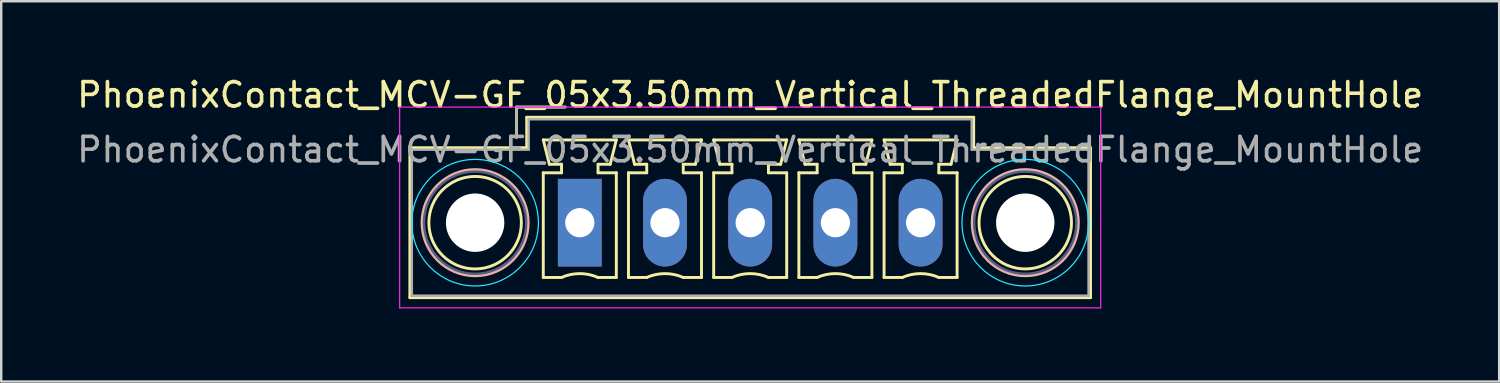
<source format=kicad_pcb>
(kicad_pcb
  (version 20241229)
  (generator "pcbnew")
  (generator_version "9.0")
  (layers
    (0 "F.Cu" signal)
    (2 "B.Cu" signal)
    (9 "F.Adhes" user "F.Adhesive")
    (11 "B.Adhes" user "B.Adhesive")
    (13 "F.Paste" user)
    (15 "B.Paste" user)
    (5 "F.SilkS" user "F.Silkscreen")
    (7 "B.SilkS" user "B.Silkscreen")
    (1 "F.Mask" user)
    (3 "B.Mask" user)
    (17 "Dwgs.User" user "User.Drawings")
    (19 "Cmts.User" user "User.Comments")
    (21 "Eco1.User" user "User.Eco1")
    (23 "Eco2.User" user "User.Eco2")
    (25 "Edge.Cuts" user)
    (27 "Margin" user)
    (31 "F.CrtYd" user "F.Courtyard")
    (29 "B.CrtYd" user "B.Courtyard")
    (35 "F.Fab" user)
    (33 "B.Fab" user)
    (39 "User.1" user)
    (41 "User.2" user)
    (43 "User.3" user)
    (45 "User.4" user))
  (footprint "PhoenixContact_MCV-GF_05x3.50mm_Vertical_ThreadedFlange_MountHole"
    (layer "F.Cu")
    (at 20.768 6.098)
    (property "Reference" "PhoenixContact_MCV-GF_05x3.50mm_Vertical_ThreadedFlange_MountHole" (at 7 -5.25 0) (layer "F.SilkS") (effects (font (size 1 1) (thickness 0.15))))
    (attr through_hole)
    (fp_line (start -6.98 -3.08) (end -6.98 3.08) (stroke (width 0.12) (type solid)) (layer "F.SilkS"))
    (fp_line (start -6.98 3.08) (end 20.98 3.08) (stroke (width 0.12) (type solid)) (layer "F.SilkS"))
    (fp_line (start -2.6 -4.75) (end -0.6 -4.75) (stroke (width 0.12) (type solid)) (layer "F.SilkS"))
    (fp_line (start -2.6 -3.5) (end -2.6 -4.75) (stroke (width 0.12) (type solid)) (layer "F.SilkS"))
    (fp_line (start -2.18 -4.33) (end -2.18 -3.08) (stroke (width 0.12) (type solid)) (layer "F.SilkS"))
    (fp_line (start -2.18 -3.08) (end -6.98 -3.08) (stroke (width 0.12) (type solid)) (layer "F.SilkS"))
    (fp_line (start -1.5 -3.4) (end 1.5 -3.4) (stroke (width 0.12) (type solid)) (layer "F.SilkS"))
    (fp_line (start -1.5 -2.05) (end -0.75 -2.05) (stroke (width 0.12) (type solid)) (layer "F.SilkS"))
    (fp_line (start -1.5 2.25) (end -1.5 -2.05) (stroke (width 0.12) (type solid)) (layer "F.SilkS"))
    (fp_line (start -1.25 -2.4) (end -1.5 -3.4) (stroke (width 0.12) (type solid)) (layer "F.SilkS"))
    (fp_line (start -0.75 -2.4) (end -1.25 -2.4) (stroke (width 0.12) (type solid)) (layer "F.SilkS"))
    (fp_line (start -0.75 -2.05) (end -0.75 -2.4) (stroke (width 0.12) (type solid)) (layer "F.SilkS"))
    (fp_line (start -0.75 2.25) (end -1.5 2.25) (stroke (width 0.12) (type solid)) (layer "F.SilkS"))
    (fp_line (start 0.75 -2.4) (end 0.75 -2.05) (stroke (width 0.12) (type solid)) (layer "F.SilkS"))
    (fp_line (start 0.75 -2.05) (end 1.5 -2.05) (stroke (width 0.12) (type solid)) (layer "F.SilkS"))
    (fp_line (start 1.25 -2.4) (end 0.75 -2.4) (stroke (width 0.12) (type solid)) (layer "F.SilkS"))
    (fp_line (start 1.5 -3.4) (end 1.25 -2.4) (stroke (width 0.12) (type solid)) (layer "F.SilkS"))
    (fp_line (start 1.5 -2.05) (end 1.5 2.25) (stroke (width 0.12) (type solid)) (layer "F.SilkS"))
    (fp_line (start 1.5 2.25) (end 0.75 2.25) (stroke (width 0.12) (type solid)) (layer "F.SilkS"))
    (fp_line (start 2 -3.4) (end 5 -3.4) (stroke (width 0.12) (type solid)) (layer "F.SilkS"))
    (fp_line (start 2 -2.05) (end 2.75 -2.05) (stroke (width 0.12) (type solid)) (layer "F.SilkS"))
    (fp_line (start 2 2.25) (end 2 -2.05) (stroke (width 0.12) (type solid)) (layer "F.SilkS"))
    (fp_line (start 2.25 -2.4) (end 2 -3.4) (stroke (width 0.12) (type solid)) (layer "F.SilkS"))
    (fp_line (start 2.75 -2.4) (end 2.25 -2.4) (stroke (width 0.12) (type solid)) (layer "F.SilkS"))
    (fp_line (start 2.75 -2.05) (end 2.75 -2.4) (stroke (width 0.12) (type solid)) (layer "F.SilkS"))
    (fp_line (start 2.75 2.25) (end 2 2.25) (stroke (width 0.12) (type solid)) (layer "F.SilkS"))
    (fp_line (start 4.25 -2.4) (end 4.25 -2.05) (stroke (width 0.12) (type solid)) (layer "F.SilkS"))
    (fp_line (start 4.25 -2.05) (end 5 -2.05) (stroke (width 0.12) (type solid)) (layer "F.SilkS"))
    (fp_line (start 4.75 -2.4) (end 4.25 -2.4) (stroke (width 0.12) (type solid)) (layer "F.SilkS"))
    (fp_line (start 5 -3.4) (end 4.75 -2.4) (stroke (width 0.12) (type solid)) (layer "F.SilkS"))
    (fp_line (start 5 -2.05) (end 5 2.25) (stroke (width 0.12) (type solid)) (layer "F.SilkS"))
    (fp_line (start 5 2.25) (end 4.25 2.25) (stroke (width 0.12) (type solid)) (layer "F.SilkS"))
    (fp_line (start 5.5 -3.4) (end 8.5 -3.4) (stroke (width 0.12) (type solid)) (layer "F.SilkS"))
    (fp_line (start 5.5 -2.05) (end 6.25 -2.05) (stroke (width 0.12) (type solid)) (layer "F.SilkS"))
    (fp_line (start 5.5 2.25) (end 5.5 -2.05) (stroke (width 0.12) (type solid)) (layer "F.SilkS"))
    (fp_line (start 5.75 -2.4) (end 5.5 -3.4) (stroke (width 0.12) (type solid)) (layer "F.SilkS"))
    (fp_line (start 6.25 -2.4) (end 5.75 -2.4) (stroke (width 0.12) (type solid)) (layer "F.SilkS"))
    (fp_line (start 6.25 -2.05) (end 6.25 -2.4) (stroke (width 0.12) (type solid)) (layer "F.SilkS"))
    (fp_line (start 6.25 2.25) (end 5.5 2.25) (stroke (width 0.12) (type solid)) (layer "F.SilkS"))
    (fp_line (start 7.75 -2.4) (end 7.75 -2.05) (stroke (width 0.12) (type solid)) (layer "F.SilkS"))
    (fp_line (start 7.75 -2.05) (end 8.5 -2.05) (stroke (width 0.12) (type solid)) (layer "F.SilkS"))
    (fp_line (start 8.25 -2.4) (end 7.75 -2.4) (stroke (width 0.12) (type solid)) (layer "F.SilkS"))
    (fp_line (start 8.5 -3.4) (end 8.25 -2.4) (stroke (width 0.12) (type solid)) (layer "F.SilkS"))
    (fp_line (start 8.5 -2.05) (end 8.5 2.25) (stroke (width 0.12) (type solid)) (layer "F.SilkS"))
    (fp_line (start 8.5 2.25) (end 7.75 2.25) (stroke (width 0.12) (type solid)) (layer "F.SilkS"))
    (fp_line (start 9 -3.4) (end 12 -3.4) (stroke (width 0.12) (type solid)) (layer "F.SilkS"))
    (fp_line (start 9 -2.05) (end 9.75 -2.05) (stroke (width 0.12) (type solid)) (layer "F.SilkS"))
    (fp_line (start 9 2.25) (end 9 -2.05) (stroke (width 0.12) (type solid)) (layer "F.SilkS"))
    (fp_line (start 9.25 -2.4) (end 9 -3.4) (stroke (width 0.12) (type solid)) (layer "F.SilkS"))
    (fp_line (start 9.75 -2.4) (end 9.25 -2.4) (stroke (width 0.12) (type solid)) (layer "F.SilkS"))
    (fp_line (start 9.75 -2.05) (end 9.75 -2.4) (stroke (width 0.12) (type solid)) (layer "F.SilkS"))
    (fp_line (start 9.75 2.25) (end 9 2.25) (stroke (width 0.12) (type solid)) (layer "F.SilkS"))
    (fp_line (start 11.25 -2.4) (end 11.25 -2.05) (stroke (width 0.12) (type solid)) (layer "F.SilkS"))
    (fp_line (start 11.25 -2.05) (end 12 -2.05) (stroke (width 0.12) (type solid)) (layer "F.SilkS"))
    (fp_line (start 11.75 -2.4) (end 11.25 -2.4) (stroke (width 0.12) (type solid)) (layer "F.SilkS"))
    (fp_line (start 12 -3.4) (end 11.75 -2.4) (stroke (width 0.12) (type solid)) (layer "F.SilkS"))
    (fp_line (start 12 -2.05) (end 12 2.25) (stroke (width 0.12) (type solid)) (layer "F.SilkS"))
    (fp_line (start 12 2.25) (end 11.25 2.25) (stroke (width 0.12) (type solid)) (layer "F.SilkS"))
    (fp_line (start 12.5 -3.4) (end 15.5 -3.4) (stroke (width 0.12) (type solid)) (layer "F.SilkS"))
    (fp_line (start 12.5 -2.05) (end 13.25 -2.05) (stroke (width 0.12) (type solid)) (layer "F.SilkS"))
    (fp_line (start 12.5 2.25) (end 12.5 -2.05) (stroke (width 0.12) (type solid)) (layer "F.SilkS"))
    (fp_line (start 12.75 -2.4) (end 12.5 -3.4) (stroke (width 0.12) (type solid)) (layer "F.SilkS"))
    (fp_line (start 13.25 -2.4) (end 12.75 -2.4) (stroke (width 0.12) (type solid)) (layer "F.SilkS"))
    (fp_line (start 13.25 -2.05) (end 13.25 -2.4) (stroke (width 0.12) (type solid)) (layer "F.SilkS"))
    (fp_line (start 13.25 2.25) (end 12.5 2.25) (stroke (width 0.12) (type solid)) (layer "F.SilkS"))
    (fp_line (start 14.75 -2.4) (end 14.75 -2.05) (stroke (width 0.12) (type solid)) (layer "F.SilkS"))
    (fp_line (start 14.75 -2.05) (end 15.5 -2.05) (stroke (width 0.12) (type solid)) (layer "F.SilkS"))
    (fp_line (start 15.25 -2.4) (end 14.75 -2.4) (stroke (width 0.12) (type solid)) (layer "F.SilkS"))
    (fp_line (start 15.5 -3.4) (end 15.25 -2.4) (stroke (width 0.12) (type solid)) (layer "F.SilkS"))
    (fp_line (start 15.5 -2.05) (end 15.5 2.25) (stroke (width 0.12) (type solid)) (layer "F.SilkS"))
    (fp_line (start 15.5 2.25) (end 14.75 2.25) (stroke (width 0.12) (type solid)) (layer "F.SilkS"))
    (fp_line (start 16.18 -4.33) (end -2.18 -4.33) (stroke (width 0.12) (type solid)) (layer "F.SilkS"))
    (fp_line (start 16.18 -3.08) (end 16.18 -4.33) (stroke (width 0.12) (type solid)) (layer "F.SilkS"))
    (fp_line (start 20.98 -3.08) (end 16.18 -3.08) (stroke (width 0.12) (type solid)) (layer "F.SilkS"))
    (fp_line (start 20.98 3.08) (end 20.98 -3.08) (stroke (width 0.12) (type solid)) (layer "F.SilkS"))
    (fp_arc (start -0.75 2.25) (mid -0.000193 2.09191) (end 0.749647 2.249844) (stroke (width 0.12) (type solid)) (layer "F.SilkS"))
    (fp_arc (start 2.75 2.25) (mid 3.499807 2.09191) (end 4.249647 2.249844) (stroke (width 0.12) (type solid)) (layer "F.SilkS"))
    (fp_arc (start 6.25 2.25) (mid 6.999807 2.09191) (end 7.749647 2.249844) (stroke (width 0.12) (type solid)) (layer "F.SilkS"))
    (fp_arc (start 9.75 2.25) (mid 10.499807 2.09191) (end 11.249647 2.249844) (stroke (width 0.12) (type solid)) (layer "F.SilkS"))
    (fp_arc (start 13.25 2.25) (mid 13.999807 2.09191) (end 14.749647 2.249844) (stroke (width 0.12) (type solid)) (layer "F.SilkS"))
    (fp_circle (center -4.3 0) (end -2.4 0) (stroke (width 0.12) (type solid)) (fill no) (layer "F.SilkS"))
    (fp_circle (center 18.3 0) (end 20.2 0) (stroke (width 0.12) (type solid)) (fill no) (layer "F.SilkS"))
    (fp_circle (center -4.3 0) (end -2.12 0) (stroke (width 0.12) (type solid)) (fill no) (layer "B.SilkS"))
    (fp_circle (center 18.3 0) (end 20.48 0) (stroke (width 0.12) (type solid)) (fill no) (layer "B.SilkS"))
    (fp_circle (center -4.3 0) (end -1.7 0) (stroke (width 0.05) (type solid)) (fill no) (layer "B.CrtYd"))
    (fp_circle (center 18.3 0) (end 20.9 0) (stroke (width 0.05) (type solid)) (fill no) (layer "B.CrtYd"))
    (fp_line (start -7.4 -4.75) (end -7.4 3.5) (stroke (width 0.05) (type solid)) (layer "F.CrtYd"))
    (fp_line (start -7.4 3.5) (end 21.4 3.5) (stroke (width 0.05) (type solid)) (layer "F.CrtYd"))
    (fp_line (start 21.4 -4.75) (end -7.4 -4.75) (stroke (width 0.05) (type solid)) (layer "F.CrtYd"))
    (fp_line (start 21.4 3.5) (end 21.4 -4.75) (stroke (width 0.05) (type solid)) (layer "F.CrtYd"))
    (fp_circle (center -4.3 0) (end -2.2 0) (stroke (width 0.1) (type solid)) (fill no) (layer "B.Fab"))
    (fp_circle (center 18.3 0) (end 20.4 0) (stroke (width 0.1) (type solid)) (fill no) (layer "B.Fab"))
    (fp_line (start -6.9 -3) (end -6.9 3) (stroke (width 0.1) (type solid)) (layer "F.Fab"))
    (fp_line (start -6.9 3) (end 20.9 3) (stroke (width 0.1) (type solid)) (layer "F.Fab"))
    (fp_line (start -2.6 -4.75) (end -0.6 -4.75) (stroke (width 0.1) (type solid)) (layer "F.Fab"))
    (fp_line (start -2.6 -3.5) (end -2.6 -4.75) (stroke (width 0.1) (type solid)) (layer "F.Fab"))
    (fp_line (start -2.1 -4.25) (end -2.1 -3) (stroke (width 0.1) (type solid)) (layer "F.Fab"))
    (fp_line (start -2.1 -3) (end -6.9 -3) (stroke (width 0.1) (type solid)) (layer "F.Fab"))
    (fp_line (start 16.1 -4.25) (end -2.1 -4.25) (stroke (width 0.1) (type solid)) (layer "F.Fab"))
    (fp_line (start 16.1 -3) (end 16.1 -4.25) (stroke (width 0.1) (type solid)) (layer "F.Fab"))
    (fp_line (start 20.9 -3) (end 16.1 -3) (stroke (width 0.1) (type solid)) (layer "F.Fab"))
    (fp_line (start 20.9 3) (end 20.9 -3) (stroke (width 0.1) (type solid)) (layer "F.Fab"))
    (fp_text user "${REFERENCE}" (at 7 -3 0) (layer "F.Fab") (effects (font (size 1 1) (thickness 0.15))))
    (pad "" np_thru_hole circle (at -4.3 0) (size 2.4 2.4) (drill 2.4) (layers "*.Cu" "*.Mask"))
    (pad "" np_thru_hole circle (at 18.3 0) (size 2.4 2.4) (drill 2.4) (layers "*.Cu" "*.Mask"))
    (pad "1" thru_hole rect (at 0 0) (size 1.8 3.6) (drill 1.2) (layers "*.Cu" "*.Mask"))
    (pad "2" thru_hole oval (at 3.5 0) (size 1.8 3.6) (drill 1.2) (layers "*.Cu" "*.Mask"))
    (pad "3" thru_hole oval (at 7 0) (size 1.8 3.6) (drill 1.2) (layers "*.Cu" "*.Mask"))
    (pad "4" thru_hole oval (at 10.5 0) (size 1.8 3.6) (drill 1.2) (layers "*.Cu" "*.Mask"))
    (pad "5" thru_hole oval (at 14 0) (size 1.8 3.6) (drill 1.2) (layers "*.Cu" "*.Mask")))
  (gr_rect
    (start -3 -3)
    (end 58.536 12.623)
    (stroke (width 0.1) (type default))
    (fill no)
    (layer "Edge.Cuts")))
</source>
